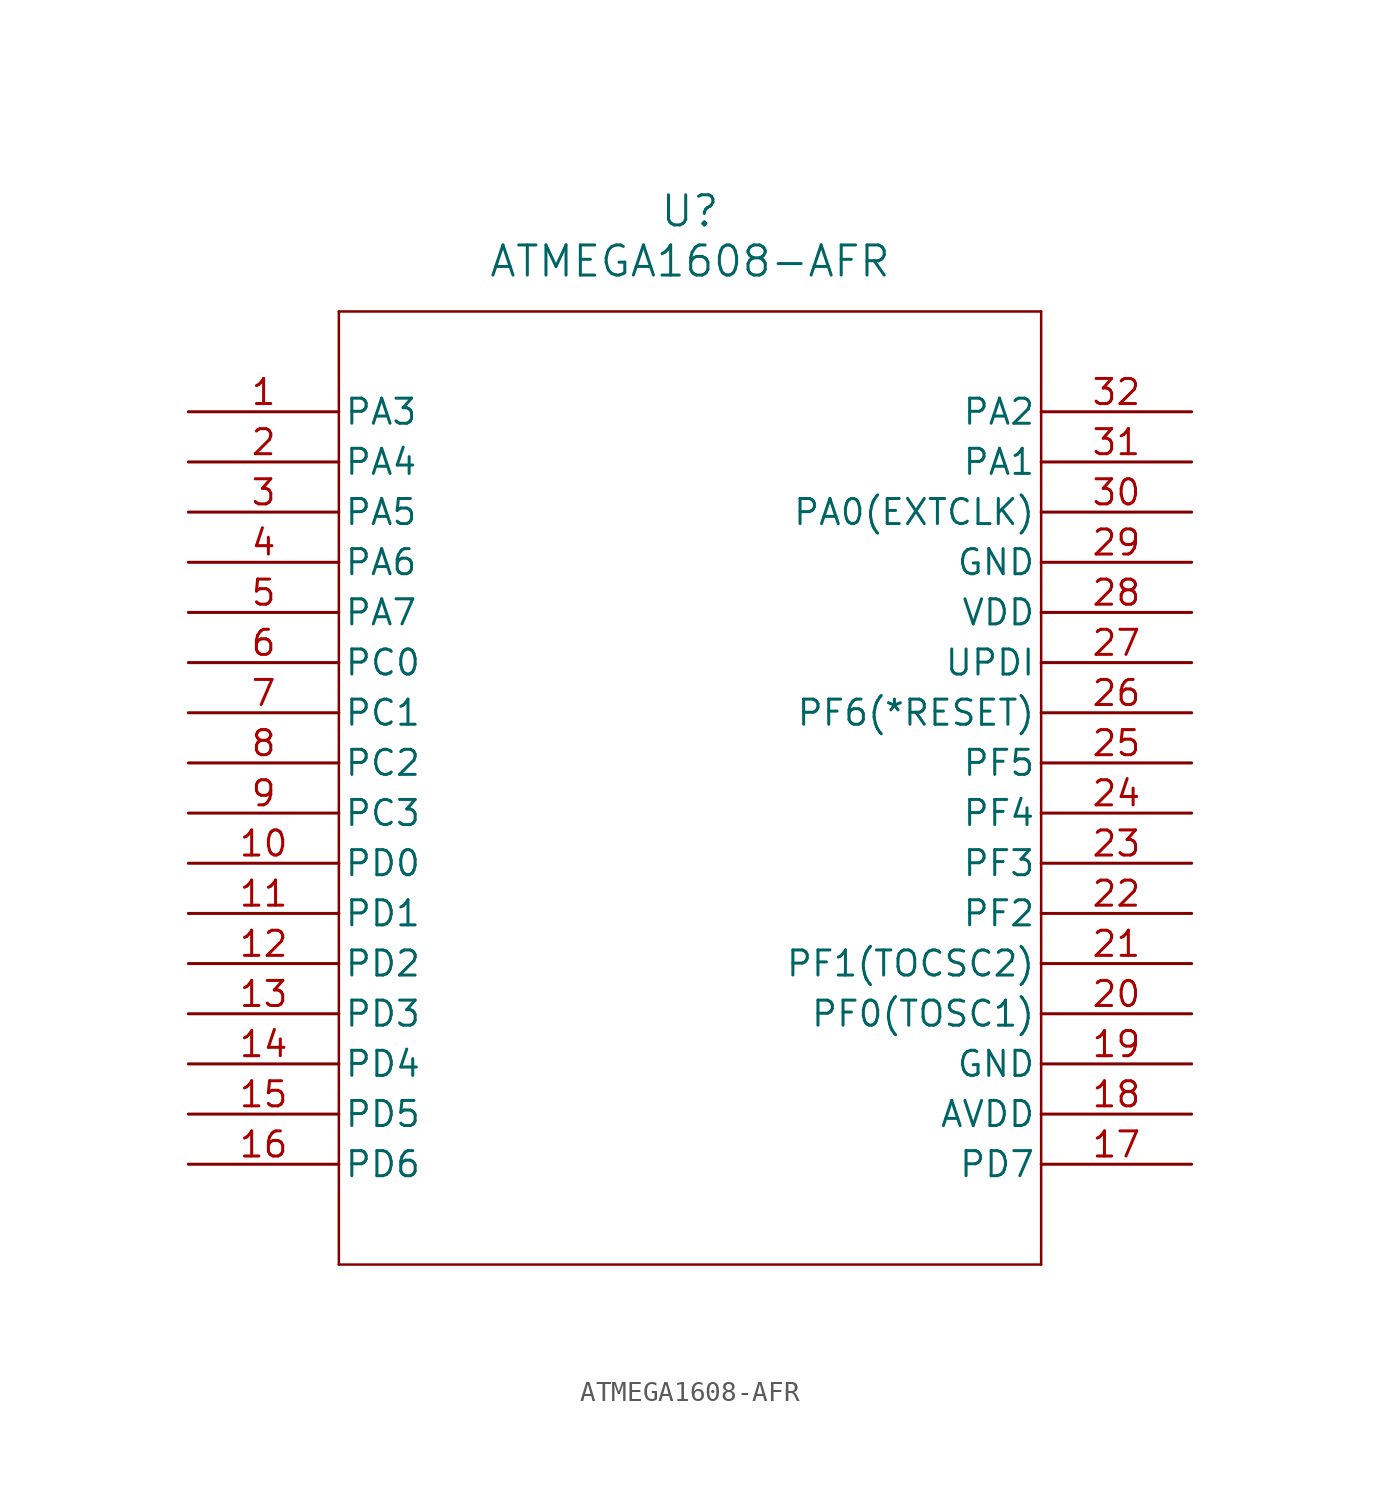
<source format=kicad_sym>
(kicad_symbol_lib
  (version 20211014)
  (generator kicad_symbol_editor)
  (symbol "ATMEGA1608-AFR"
    (pin_names
      (offset 0.254))
    (property "Reference" "U"
      (at 25.4 10.16 0)
      (effects (font (size 1.524 1.524))))
    (property "Value" "ATMEGA1608-AFR"
      (at 25.4 7.62 0)
      (effects (font (size 1.524 1.524))))
    (symbol "ATMEGA1608-AFR_0_1"
      (polyline (pts (xy 7.62 5.08) (xy 7.62 -43.18)) (stroke (width 0.127) (type default) (color 0 0 0 0)) (fill (type none)))
      (polyline (pts (xy 7.62 -43.18) (xy 43.18 -43.18)) (stroke (width 0.127) (type default) (color 0 0 0 0)) (fill (type none)))
      (polyline (pts (xy 43.18 -43.18) (xy 43.18 5.08)) (stroke (width 0.127) (type default) (color 0 0 0 0)) (fill (type none)))
      (polyline (pts (xy 43.18 5.08) (xy 7.62 5.08)) (stroke (width 0.127) (type default) (color 0 0 0 0)) (fill (type none)))
      (pin bidirectional line (at 0 0 0) (length 7.62) (name "PA3" (effects (font (size 1.27 1.27)))) (number "1" (effects (font (size 1.27 1.27)))))
      (pin bidirectional line (at 0 -2.54 0) (length 7.62) (name "PA4" (effects (font (size 1.27 1.27)))) (number "2" (effects (font (size 1.27 1.27)))))
      (pin bidirectional line (at 0 -5.08 0) (length 7.62) (name "PA5" (effects (font (size 1.27 1.27)))) (number "3" (effects (font (size 1.27 1.27)))))
      (pin bidirectional line (at 0 -7.62 0) (length 7.62) (name "PA6" (effects (font (size 1.27 1.27)))) (number "4" (effects (font (size 1.27 1.27)))))
      (pin bidirectional line (at 0 -10.16 0) (length 7.62) (name "PA7" (effects (font (size 1.27 1.27)))) (number "5" (effects (font (size 1.27 1.27)))))
      (pin bidirectional line (at 0 -12.7 0) (length 7.62) (name "PC0" (effects (font (size 1.27 1.27)))) (number "6" (effects (font (size 1.27 1.27)))))
      (pin bidirectional line (at 0 -15.24 0) (length 7.62) (name "PC1" (effects (font (size 1.27 1.27)))) (number "7" (effects (font (size 1.27 1.27)))))
      (pin bidirectional line (at 0 -17.78 0) (length 7.62) (name "PC2" (effects (font (size 1.27 1.27)))) (number "8" (effects (font (size 1.27 1.27)))))
      (pin bidirectional line (at 0 -20.32 0) (length 7.62) (name "PC3" (effects (font (size 1.27 1.27)))) (number "9" (effects (font (size 1.27 1.27)))))
      (pin bidirectional line (at 0 -22.86 0) (length 7.62) (name "PD0" (effects (font (size 1.27 1.27)))) (number "10" (effects (font (size 1.27 1.27)))))
      (pin bidirectional line (at 0 -25.4 0) (length 7.62) (name "PD1" (effects (font (size 1.27 1.27)))) (number "11" (effects (font (size 1.27 1.27)))))
      (pin bidirectional line (at 0 -27.94 0) (length 7.62) (name "PD2" (effects (font (size 1.27 1.27)))) (number "12" (effects (font (size 1.27 1.27)))))
      (pin bidirectional line (at 0 -30.48 0) (length 7.62) (name "PD3" (effects (font (size 1.27 1.27)))) (number "13" (effects (font (size 1.27 1.27)))))
      (pin bidirectional line (at 0 -33.02 0) (length 7.62) (name "PD4" (effects (font (size 1.27 1.27)))) (number "14" (effects (font (size 1.27 1.27)))))
      (pin bidirectional line (at 0 -35.56 0) (length 7.62) (name "PD5" (effects (font (size 1.27 1.27)))) (number "15" (effects (font (size 1.27 1.27)))))
      (pin bidirectional line (at 0 -38.1 0) (length 7.62) (name "PD6" (effects (font (size 1.27 1.27)))) (number "16" (effects (font (size 1.27 1.27)))))
      (pin bidirectional line (at 50.8 -38.1 180) (length 7.62) (name "PD7" (effects (font (size 1.27 1.27)))) (number "17" (effects (font (size 1.27 1.27)))))
      (pin power_in line (at 50.8 -35.56 180) (length 7.62) (name "AVDD" (effects (font (size 1.27 1.27)))) (number "18" (effects (font (size 1.27 1.27)))))
      (pin power_out line (at 50.8 -33.02 180) (length 7.62) (name "GND" (effects (font (size 1.27 1.27)))) (number "19" (effects (font (size 1.27 1.27)))))
      (pin bidirectional line (at 50.8 -30.48 180) (length 7.62) (name "PF0(TOSC1)" (effects (font (size 1.27 1.27)))) (number "20" (effects (font (size 1.27 1.27)))))
      (pin bidirectional line (at 50.8 -27.94 180) (length 7.62) (name "PF1(TOCSC2)" (effects (font (size 1.27 1.27)))) (number "21" (effects (font (size 1.27 1.27)))))
      (pin bidirectional line (at 50.8 -25.4 180) (length 7.62) (name "PF2" (effects (font (size 1.27 1.27)))) (number "22" (effects (font (size 1.27 1.27)))))
      (pin bidirectional line (at 50.8 -22.86 180) (length 7.62) (name "PF3" (effects (font (size 1.27 1.27)))) (number "23" (effects (font (size 1.27 1.27)))))
      (pin bidirectional line (at 50.8 -20.32 180) (length 7.62) (name "PF4" (effects (font (size 1.27 1.27)))) (number "24" (effects (font (size 1.27 1.27)))))
      (pin bidirectional line (at 50.8 -17.78 180) (length 7.62) (name "PF5" (effects (font (size 1.27 1.27)))) (number "25" (effects (font (size 1.27 1.27)))))
      (pin bidirectional line (at 50.8 -15.24 180) (length 7.62) (name "PF6(*RESET)" (effects (font (size 1.27 1.27)))) (number "26" (effects (font (size 1.27 1.27)))))
      (pin bidirectional line (at 50.8 -12.7 180) (length 7.62) (name "UPDI" (effects (font (size 1.27 1.27)))) (number "27" (effects (font (size 1.27 1.27)))))
      (pin power_in line (at 50.8 -10.16 180) (length 7.62) (name "VDD" (effects (font (size 1.27 1.27)))) (number "28" (effects (font (size 1.27 1.27)))))
      (pin power_out line (at 50.8 -7.62 180) (length 7.62) (name "GND" (effects (font (size 1.27 1.27)))) (number "29" (effects (font (size 1.27 1.27)))))
      (pin bidirectional line (at 50.8 -5.08 180) (length 7.62) (name "PA0(EXTCLK)" (effects (font (size 1.27 1.27)))) (number "30" (effects (font (size 1.27 1.27)))))
      (pin bidirectional line (at 50.8 -2.54 180) (length 7.62) (name "PA1" (effects (font (size 1.27 1.27)))) (number "31" (effects (font (size 1.27 1.27)))))
      (pin bidirectional line (at 50.8 0 180) (length 7.62) (name "PA2" (effects (font (size 1.27 1.27)))) (number "32" (effects (font (size 1.27 1.27))))))))
</source>
